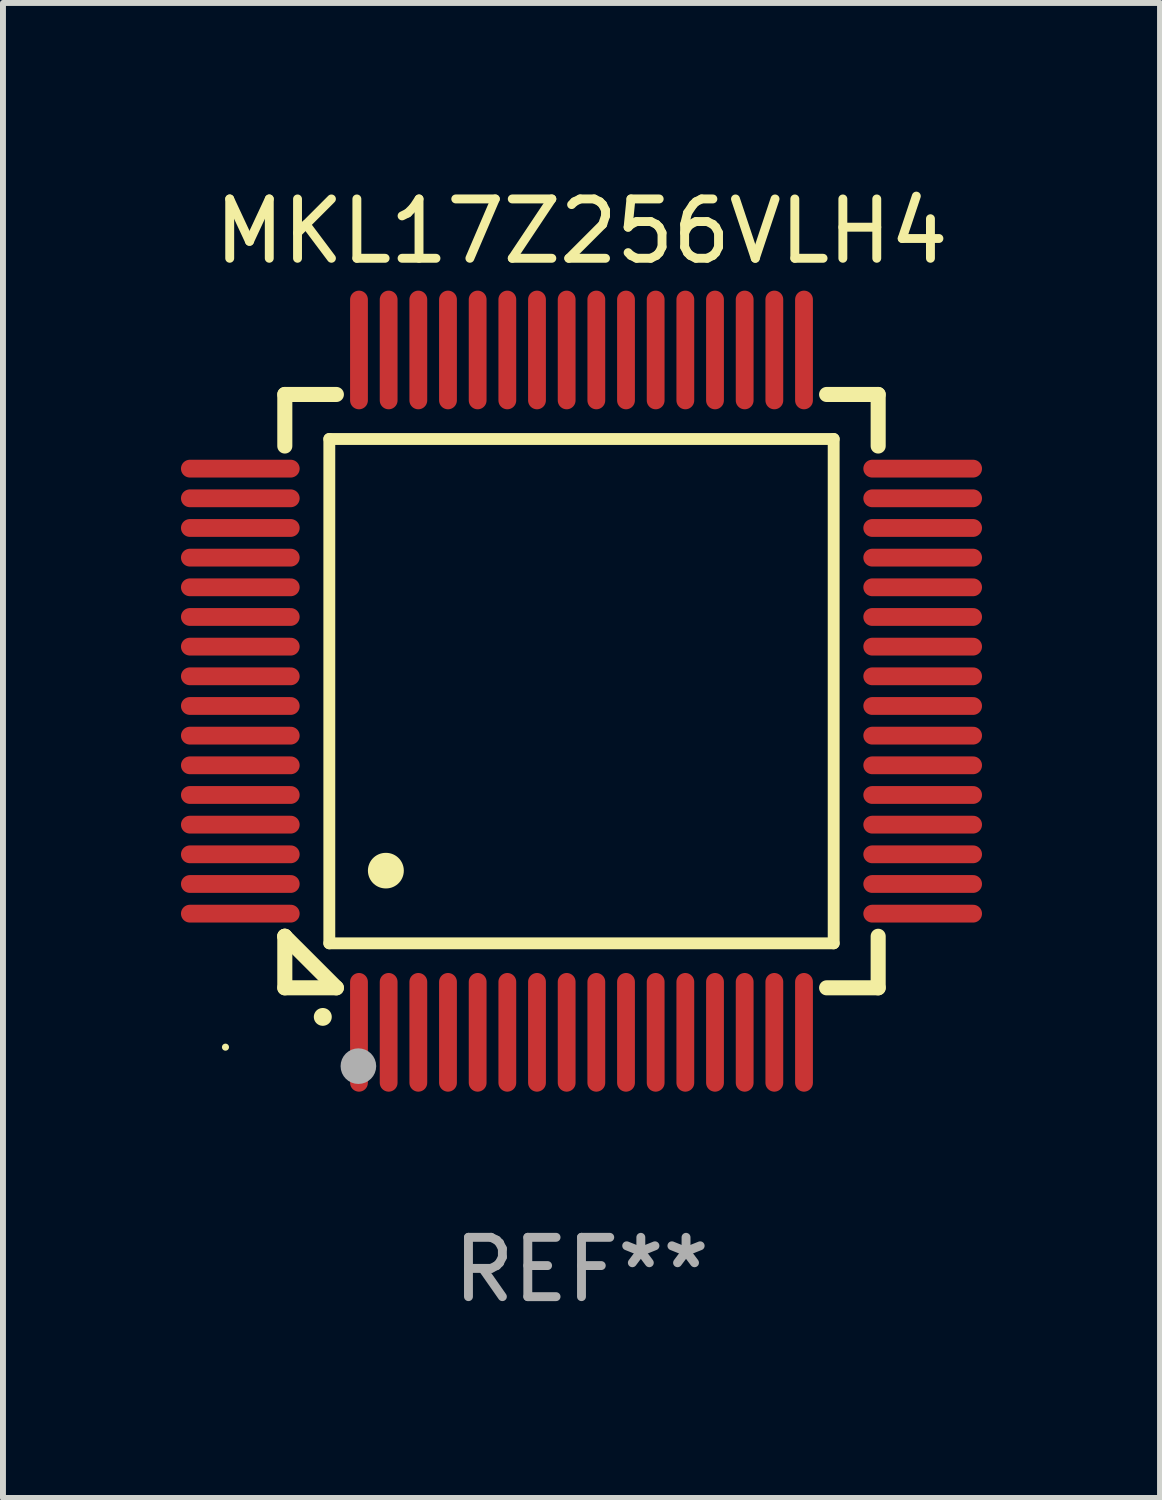
<source format=kicad_pcb>
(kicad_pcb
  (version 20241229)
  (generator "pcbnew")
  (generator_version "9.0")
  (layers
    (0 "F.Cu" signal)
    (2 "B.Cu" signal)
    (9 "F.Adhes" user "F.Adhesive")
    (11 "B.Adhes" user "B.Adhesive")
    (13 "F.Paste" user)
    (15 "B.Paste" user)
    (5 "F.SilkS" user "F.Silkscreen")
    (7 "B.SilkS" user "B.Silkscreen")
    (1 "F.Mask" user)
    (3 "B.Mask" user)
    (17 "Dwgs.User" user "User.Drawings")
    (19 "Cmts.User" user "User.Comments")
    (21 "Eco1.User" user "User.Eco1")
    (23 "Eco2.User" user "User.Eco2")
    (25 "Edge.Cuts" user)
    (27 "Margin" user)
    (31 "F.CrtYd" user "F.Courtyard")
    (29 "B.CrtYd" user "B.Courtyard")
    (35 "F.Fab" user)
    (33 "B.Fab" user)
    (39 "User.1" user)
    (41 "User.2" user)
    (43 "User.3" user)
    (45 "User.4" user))
  (footprint "MKL17Z256VLH4"
    (layer "F.Cu")
    (at 6.75 8.598)
    (property "Reference" "MKL17Z256VLH4" (at 0 -7.75 0) (layer "F.SilkS") (effects (font (size 1 1) (thickness 0.15))))
    (attr through_hole)
    (fp_line (start -5 -5) (end -4.131 -5) (stroke (width 0.254) (type solid)) (layer "F.SilkS"))
    (fp_line (start -5 -4.131) (end -5 -5) (stroke (width 0.254) (type solid)) (layer "F.SilkS"))
    (fp_line (start -5 4.131) (end -5 4.131) (stroke (width 0.254) (type solid)) (layer "F.SilkS"))
    (fp_line (start -5 5) (end -5 4.131) (stroke (width 0.254) (type solid)) (layer "F.SilkS"))
    (fp_line (start -5 4.131) (end -4.131 5) (stroke (width 0.254) (type solid)) (layer "F.SilkS"))
    (fp_line (start -4.25 -4.25) (end -4.25 4.25) (stroke (width 0.2) (type solid)) (layer "F.SilkS"))
    (fp_line (start -4.25 4.25) (end 4.25 4.25) (stroke (width 0.2) (type solid)) (layer "F.SilkS"))
    (fp_line (start -4.131 5) (end -5 5) (stroke (width 0.254) (type solid)) (layer "F.SilkS"))
    (fp_line (start 4.25 -4.25) (end -4.25 -4.25) (stroke (width 0.2) (type solid)) (layer "F.SilkS"))
    (fp_line (start 4.25 4.25) (end 4.25 -4.25) (stroke (width 0.2) (type solid)) (layer "F.SilkS"))
    (fp_line (start 5 -5) (end 4.131 -5) (stroke (width 0.254) (type solid)) (layer "F.SilkS"))
    (fp_line (start 5 -5) (end 5 -4.131) (stroke (width 0.254) (type solid)) (layer "F.SilkS"))
    (fp_line (start 5 4.131) (end 5 5) (stroke (width 0.254) (type solid)) (layer "F.SilkS"))
    (fp_line (start 5 5) (end 4.131 5) (stroke (width 0.254) (type solid)) (layer "F.SilkS"))
    (fp_arc (start -4.361265 5.489992) (mid -4.359995 5.489987) (end -4.358725 5.489992) (stroke (width 0.3) (type solid)) (layer "F.SilkS"))
    (fp_arc (start -3.299467 3.025146) (mid -3.296927 3.025135) (end -3.294387 3.025146) (stroke (width 0.6) (type solid)) (layer "F.SilkS"))
    (fp_circle (center -6 6) (end -5.97 6) (stroke (width 0.06) (type solid)) (fill no) (layer "F.SilkS"))
    (fp_circle (center -3.76 6.32) (end -3.61 6.32) (stroke (width 0.3) (type solid)) (fill no) (layer "F.Fab"))
    (fp_text user "REF**" (at 0 9.75 0) (layer "F.Fab") (effects (font (size 1 1) (thickness 0.15))))
    (pad "1" smd oval (at -3.75 5.75) (size 0.3 2) (layers "F.Cu" "F.Mask" "F.Paste"))
    (pad "2" smd oval (at -3.25 5.75) (size 0.3 2) (layers "F.Cu" "F.Mask" "F.Paste"))
    (pad "3" smd oval (at -2.75 5.75) (size 0.3 2) (layers "F.Cu" "F.Mask" "F.Paste"))
    (pad "4" smd oval (at -2.25 5.75) (size 0.3 2) (layers "F.Cu" "F.Mask" "F.Paste"))
    (pad "5" smd oval (at -1.75 5.75) (size 0.3 2) (layers "F.Cu" "F.Mask" "F.Paste"))
    (pad "6" smd oval (at -1.25 5.75) (size 0.3 2) (layers "F.Cu" "F.Mask" "F.Paste"))
    (pad "7" smd oval (at -0.75 5.75) (size 0.3 2) (layers "F.Cu" "F.Mask" "F.Paste"))
    (pad "8" smd oval (at -0.25 5.75) (size 0.3 2) (layers "F.Cu" "F.Mask" "F.Paste"))
    (pad "9" smd oval (at 0.25 5.75) (size 0.3 2) (layers "F.Cu" "F.Mask" "F.Paste"))
    (pad "10" smd oval (at 0.75 5.75) (size 0.3 2) (layers "F.Cu" "F.Mask" "F.Paste"))
    (pad "11" smd oval (at 1.25 5.75) (size 0.3 2) (layers "F.Cu" "F.Mask" "F.Paste"))
    (pad "12" smd oval (at 1.75 5.75) (size 0.3 2) (layers "F.Cu" "F.Mask" "F.Paste"))
    (pad "13" smd oval (at 2.25 5.75) (size 0.3 2) (layers "F.Cu" "F.Mask" "F.Paste"))
    (pad "14" smd oval (at 2.75 5.75) (size 0.3 2) (layers "F.Cu" "F.Mask" "F.Paste"))
    (pad "15" smd oval (at 3.25 5.75) (size 0.3 2) (layers "F.Cu" "F.Mask" "F.Paste"))
    (pad "16" smd oval (at 3.75 5.75) (size 0.3 2) (layers "F.Cu" "F.Mask" "F.Paste"))
    (pad "17" smd oval (at 5.75 3.75) (size 2 0.3) (layers "F.Cu" "F.Mask" "F.Paste"))
    (pad "18" smd oval (at 5.75 3.25) (size 2 0.3) (layers "F.Cu" "F.Mask" "F.Paste"))
    (pad "19" smd oval (at 5.75 2.75) (size 2 0.3) (layers "F.Cu" "F.Mask" "F.Paste"))
    (pad "20" smd oval (at 5.75 2.25) (size 2 0.3) (layers "F.Cu" "F.Mask" "F.Paste"))
    (pad "21" smd oval (at 5.75 1.75) (size 2 0.3) (layers "F.Cu" "F.Mask" "F.Paste"))
    (pad "22" smd oval (at 5.75 1.25) (size 2 0.3) (layers "F.Cu" "F.Mask" "F.Paste"))
    (pad "23" smd oval (at 5.75 0.75) (size 2 0.3) (layers "F.Cu" "F.Mask" "F.Paste"))
    (pad "24" smd oval (at 5.75 0.25) (size 2 0.3) (layers "F.Cu" "F.Mask" "F.Paste"))
    (pad "25" smd oval (at 5.75 -0.25) (size 2 0.3) (layers "F.Cu" "F.Mask" "F.Paste"))
    (pad "26" smd oval (at 5.75 -0.75) (size 2 0.3) (layers "F.Cu" "F.Mask" "F.Paste"))
    (pad "27" smd oval (at 5.75 -1.25) (size 2 0.3) (layers "F.Cu" "F.Mask" "F.Paste"))
    (pad "28" smd oval (at 5.75 -1.75) (size 2 0.3) (layers "F.Cu" "F.Mask" "F.Paste"))
    (pad "29" smd oval (at 5.75 -2.25) (size 2 0.3) (layers "F.Cu" "F.Mask" "F.Paste"))
    (pad "30" smd oval (at 5.75 -2.75) (size 2 0.3) (layers "F.Cu" "F.Mask" "F.Paste"))
    (pad "31" smd oval (at 5.75 -3.25) (size 2 0.3) (layers "F.Cu" "F.Mask" "F.Paste"))
    (pad "32" smd oval (at 5.75 -3.75) (size 2 0.3) (layers "F.Cu" "F.Mask" "F.Paste"))
    (pad "33" smd oval (at 3.75 -5.75) (size 0.3 2) (layers "F.Cu" "F.Mask" "F.Paste"))
    (pad "34" smd oval (at 3.25 -5.75) (size 0.3 2) (layers "F.Cu" "F.Mask" "F.Paste"))
    (pad "35" smd oval (at 2.75 -5.75) (size 0.3 2) (layers "F.Cu" "F.Mask" "F.Paste"))
    (pad "36" smd oval (at 2.25 -5.75) (size 0.3 2) (layers "F.Cu" "F.Mask" "F.Paste"))
    (pad "37" smd oval (at 1.75 -5.75) (size 0.3 2) (layers "F.Cu" "F.Mask" "F.Paste"))
    (pad "38" smd oval (at 1.25 -5.75) (size 0.3 2) (layers "F.Cu" "F.Mask" "F.Paste"))
    (pad "39" smd oval (at 0.75 -5.75) (size 0.3 2) (layers "F.Cu" "F.Mask" "F.Paste"))
    (pad "40" smd oval (at 0.25 -5.75) (size 0.3 2) (layers "F.Cu" "F.Mask" "F.Paste"))
    (pad "41" smd oval (at -0.25 -5.75) (size 0.3 2) (layers "F.Cu" "F.Mask" "F.Paste"))
    (pad "42" smd oval (at -0.75 -5.75) (size 0.3 2) (layers "F.Cu" "F.Mask" "F.Paste"))
    (pad "43" smd oval (at -1.25 -5.75) (size 0.3 2) (layers "F.Cu" "F.Mask" "F.Paste"))
    (pad "44" smd oval (at -1.75 -5.75) (size 0.3 2) (layers "F.Cu" "F.Mask" "F.Paste"))
    (pad "45" smd oval (at -2.25 -5.75) (size 0.3 2) (layers "F.Cu" "F.Mask" "F.Paste"))
    (pad "46" smd oval (at -2.75 -5.75) (size 0.3 2) (layers "F.Cu" "F.Mask" "F.Paste"))
    (pad "47" smd oval (at -3.25 -5.75) (size 0.3 2) (layers "F.Cu" "F.Mask" "F.Paste"))
    (pad "48" smd oval (at -3.75 -5.75) (size 0.3 2) (layers "F.Cu" "F.Mask" "F.Paste"))
    (pad "49" smd oval (at -5.75 -3.75) (size 2 0.3) (layers "F.Cu" "F.Mask" "F.Paste"))
    (pad "50" smd oval (at -5.75 -3.25) (size 2 0.3) (layers "F.Cu" "F.Mask" "F.Paste"))
    (pad "51" smd oval (at -5.75 -2.75) (size 2 0.3) (layers "F.Cu" "F.Mask" "F.Paste"))
    (pad "52" smd oval (at -5.75 -2.25) (size 2 0.3) (layers "F.Cu" "F.Mask" "F.Paste"))
    (pad "53" smd oval (at -5.75 -1.75) (size 2 0.3) (layers "F.Cu" "F.Mask" "F.Paste"))
    (pad "54" smd oval (at -5.75 -1.25) (size 2 0.3) (layers "F.Cu" "F.Mask" "F.Paste"))
    (pad "55" smd oval (at -5.75 -0.75) (size 2 0.3) (layers "F.Cu" "F.Mask" "F.Paste"))
    (pad "56" smd oval (at -5.75 -0.25) (size 2 0.3) (layers "F.Cu" "F.Mask" "F.Paste"))
    (pad "57" smd oval (at -5.75 0.25) (size 2 0.3) (layers "F.Cu" "F.Mask" "F.Paste"))
    (pad "58" smd oval (at -5.75 0.75) (size 2 0.3) (layers "F.Cu" "F.Mask" "F.Paste"))
    (pad "59" smd oval (at -5.75 1.25) (size 2 0.3) (layers "F.Cu" "F.Mask" "F.Paste"))
    (pad "60" smd oval (at -5.75 1.75) (size 2 0.3) (layers "F.Cu" "F.Mask" "F.Paste"))
    (pad "61" smd oval (at -5.75 2.25) (size 2 0.3) (layers "F.Cu" "F.Mask" "F.Paste"))
    (pad "62" smd oval (at -5.75 2.75) (size 2 0.3) (layers "F.Cu" "F.Mask" "F.Paste"))
    (pad "63" smd oval (at -5.75 3.25) (size 2 0.3) (layers "F.Cu" "F.Mask" "F.Paste"))
    (pad "64" smd oval (at -5.75 3.75) (size 2 0.3) (layers "F.Cu" "F.Mask" "F.Paste")))
  (gr_rect
    (start -3 -3)
    (end 16.5 22.196)
    (stroke (width 0.1) (type default))
    (fill no)
    (layer "Edge.Cuts")))
</source>
